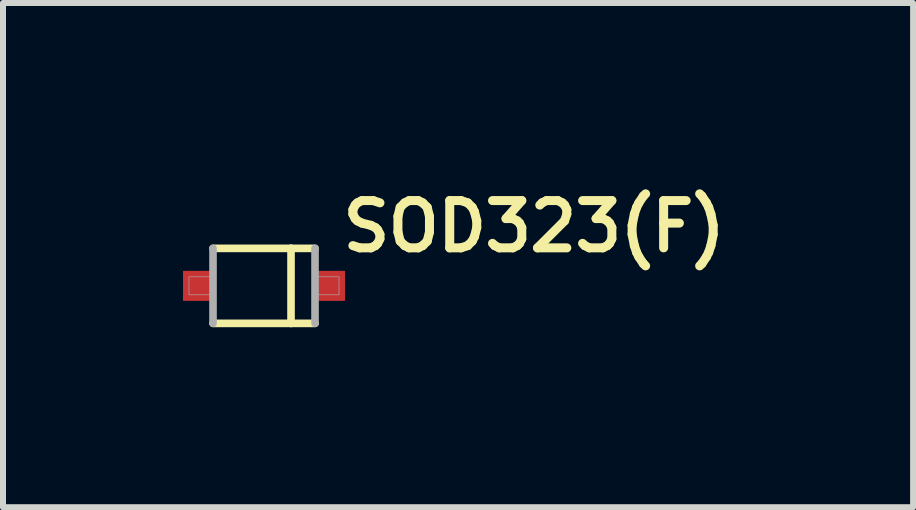
<source format=kicad_pcb>
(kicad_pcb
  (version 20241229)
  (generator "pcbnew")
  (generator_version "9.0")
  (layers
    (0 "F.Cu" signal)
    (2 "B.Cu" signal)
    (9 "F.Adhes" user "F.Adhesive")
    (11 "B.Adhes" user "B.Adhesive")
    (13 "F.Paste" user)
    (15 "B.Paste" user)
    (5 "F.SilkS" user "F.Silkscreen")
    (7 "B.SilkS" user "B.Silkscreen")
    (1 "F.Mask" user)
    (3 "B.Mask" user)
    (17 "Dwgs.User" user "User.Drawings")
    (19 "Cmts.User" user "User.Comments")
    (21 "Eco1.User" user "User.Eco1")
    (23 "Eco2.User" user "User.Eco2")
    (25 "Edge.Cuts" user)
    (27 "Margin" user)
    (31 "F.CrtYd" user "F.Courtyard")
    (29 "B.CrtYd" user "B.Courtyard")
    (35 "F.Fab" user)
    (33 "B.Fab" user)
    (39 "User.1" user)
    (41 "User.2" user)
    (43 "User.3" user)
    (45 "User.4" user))
  (footprint "SOD323(F)"
    (layer "F.Cu")
    (at 1.35 1.714)
    (property "Reference" "SOD323(F)" (at 4.502 -0.99 0) (layer "F.SilkS") (effects (font (size 0.788 0.788) (thickness 0.15))))
    (attr through_hole)
    (fp_line (start -0.85 -0.625) (end 0.45 -0.625) (stroke (width 0.127) (type solid)) (layer "F.SilkS"))
    (fp_line (start 0.45 -0.625) (end 0.45 0.625) (stroke (width 0.127) (type solid)) (layer "F.SilkS"))
    (fp_line (start 0.45 -0.625) (end 0.85 -0.625) (stroke (width 0.127) (type solid)) (layer "F.SilkS"))
    (fp_line (start 0.45 0.625) (end -0.85 0.625) (stroke (width 0.127) (type solid)) (layer "F.SilkS"))
    (fp_line (start 0.85 0.625) (end 0.45 0.625) (stroke (width 0.127) (type solid)) (layer "F.SilkS"))
    (fp_line (start -0.85 0.625) (end -0.85 -0.625) (stroke (width 0.127) (type solid)) (layer "F.Fab"))
    (fp_line (start 0.85 -0.625) (end 0.85 0.625) (stroke (width 0.127) (type solid)) (layer "F.Fab"))
    (fp_poly (pts (xy -1.251 -0.15) (xy -0.85 -0.15) (xy -0.85 0.15) (xy -1.251 0.15)) (stroke (width 0.01) (type solid)) (fill no) (layer "F.Fab"))
    (fp_poly (pts (xy 0.851 -0.15) (xy 1.25 -0.15) (xy 1.25 0.15) (xy 0.851 0.15)) (stroke (width 0.01) (type solid)) (fill no) (layer "F.Fab"))
    (pad "1" smd rect (at 1.1 0) (size 0.5 0.5) (layers "F.Cu" "F.Mask" "F.Paste"))
    (pad "2" smd rect (at -1.1 0) (size 0.5 0.5) (layers "F.Cu" "F.Mask" "F.Paste")))
  (gr_rect
    (start -3 -3)
    (end 12.167 5.403)
    (stroke (width 0.1) (type default))
    (fill no)
    (layer "Edge.Cuts")))
</source>
